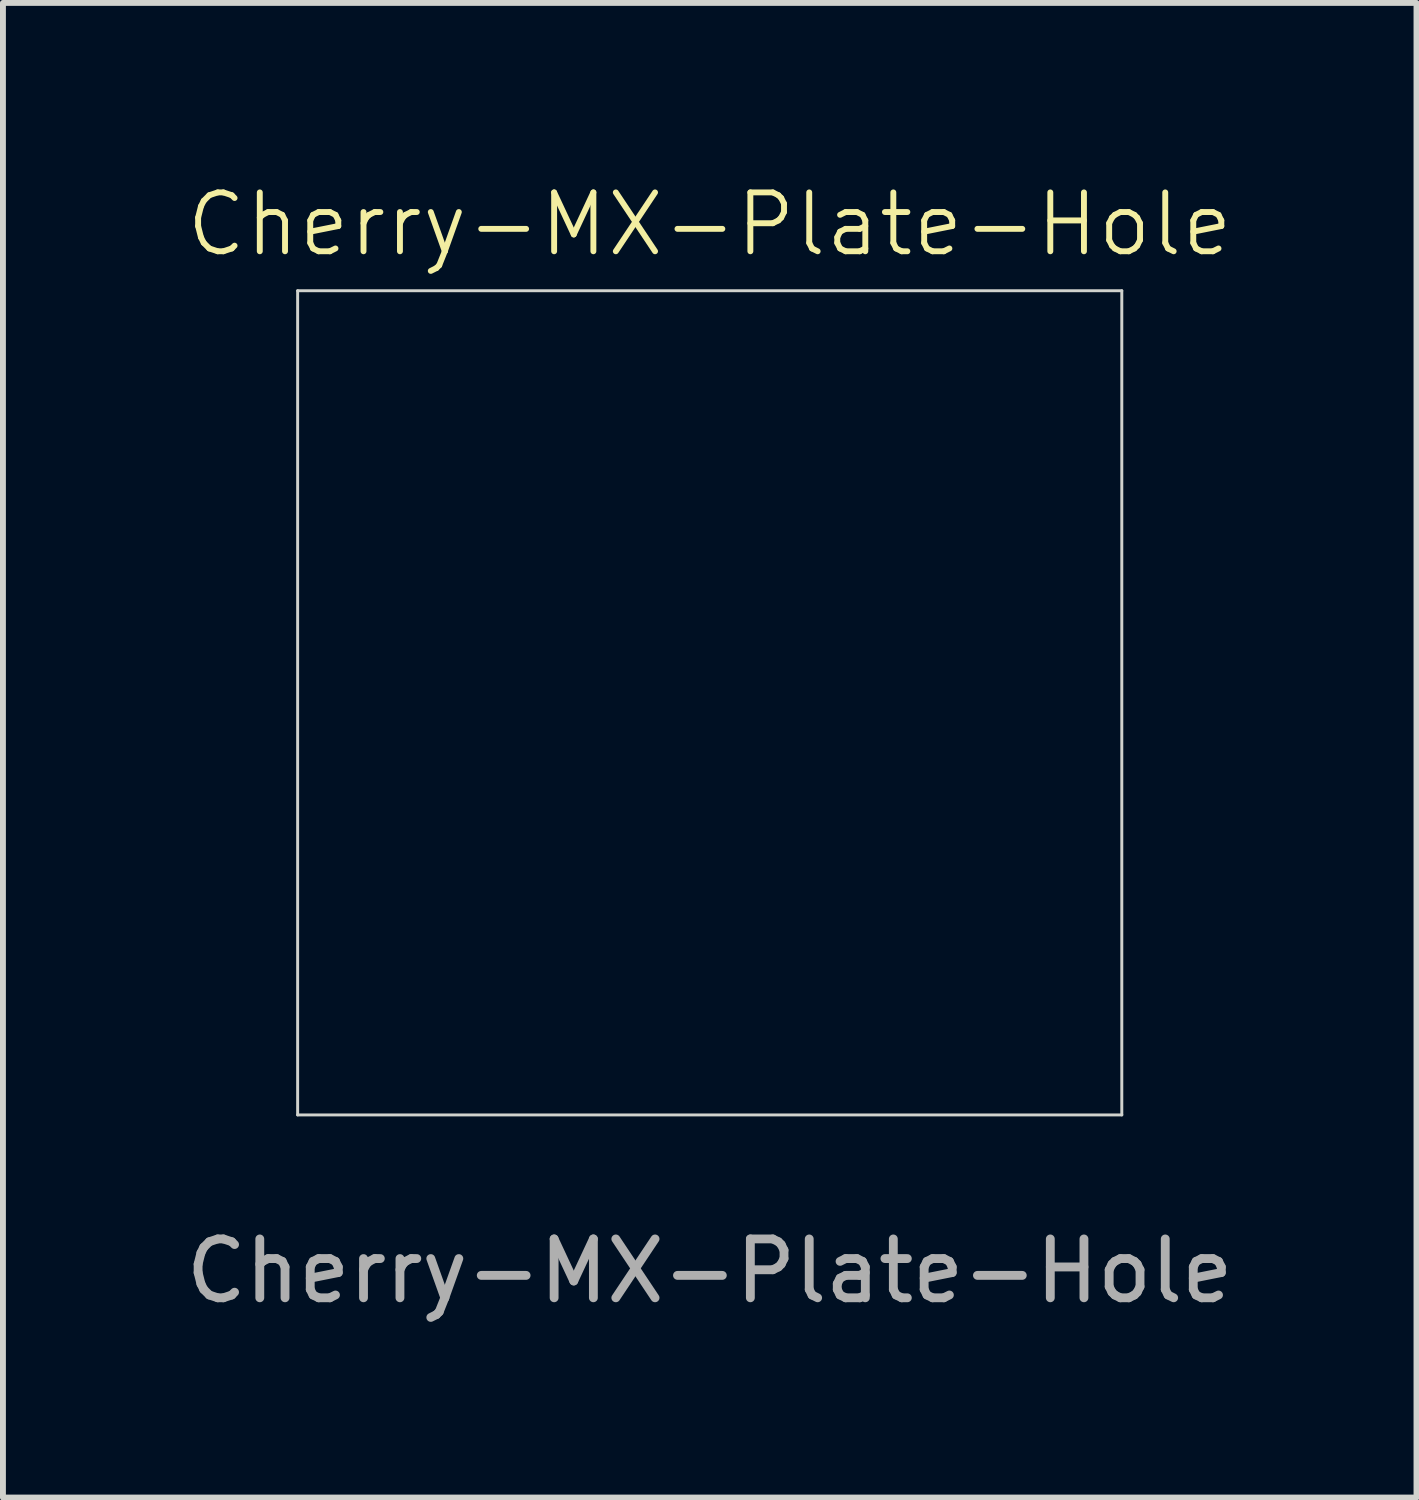
<source format=kicad_pcb>
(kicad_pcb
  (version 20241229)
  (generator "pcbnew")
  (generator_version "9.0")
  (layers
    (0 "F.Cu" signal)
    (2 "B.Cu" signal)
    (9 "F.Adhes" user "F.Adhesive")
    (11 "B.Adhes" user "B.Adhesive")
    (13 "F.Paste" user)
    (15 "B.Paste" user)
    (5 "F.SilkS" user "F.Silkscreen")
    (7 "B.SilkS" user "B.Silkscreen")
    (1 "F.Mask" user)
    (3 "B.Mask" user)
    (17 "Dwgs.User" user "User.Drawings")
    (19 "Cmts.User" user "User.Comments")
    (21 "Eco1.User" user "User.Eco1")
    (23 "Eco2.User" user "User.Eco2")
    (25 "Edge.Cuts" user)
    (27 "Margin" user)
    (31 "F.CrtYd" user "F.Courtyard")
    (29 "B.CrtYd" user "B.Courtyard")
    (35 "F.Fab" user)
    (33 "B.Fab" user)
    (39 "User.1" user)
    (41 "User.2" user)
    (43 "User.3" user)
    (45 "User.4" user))
  (footprint "Cherry-MX-Plate-Hole"
    (layer "F.Cu")
    (at 9.006 8.889)
    (property "Reference" "Cherry-MX-Plate-Hole" (at 0 -8.128 0) (unlocked yes) (layer "F.SilkS") (effects (font (size 1 1) (thickness 0.1))))
    (fp_line (start -7 -7) (end -7 7) (stroke (width 0.05) (type default)) (layer "Edge.Cuts"))
    (fp_line (start -7 7) (end 7 7) (stroke (width 0.05) (type default)) (layer "Edge.Cuts"))
    (fp_line (start 7 -7) (end -7 -7) (stroke (width 0.05) (type default)) (layer "Edge.Cuts"))
    (fp_line (start 7 -7) (end 7 7) (stroke (width 0.05) (type default)) (layer "Edge.Cuts"))
    (fp_text user "${REFERENCE}" (at 0 9.652 0) (unlocked yes) (layer "F.Fab") (effects (font (size 1 1) (thickness 0.15)))))
  (gr_rect
    (start -3 -3)
    (end 21.012 22.389)
    (stroke (width 0.1) (type default))
    (fill no)
    (layer "Edge.Cuts")))
</source>
